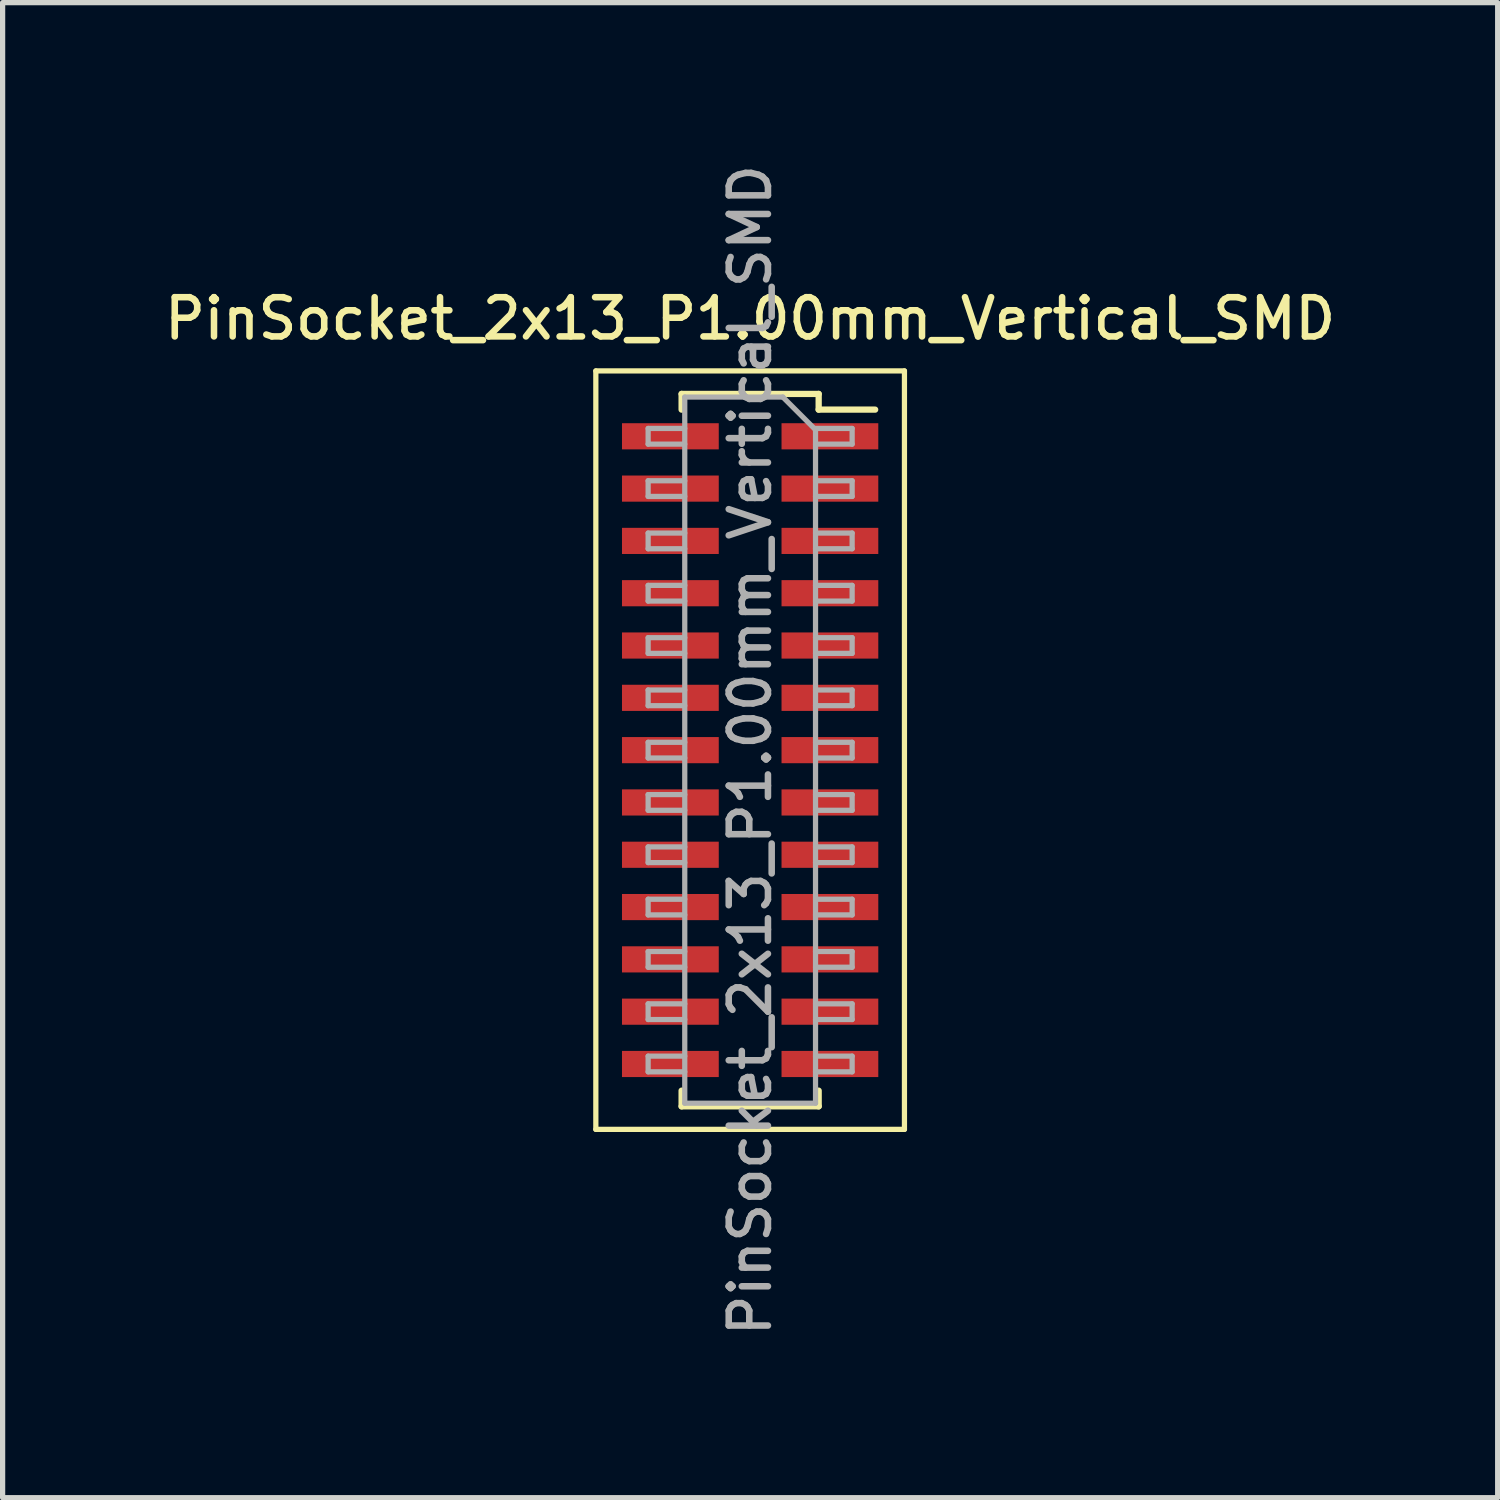
<source format=kicad_pcb>
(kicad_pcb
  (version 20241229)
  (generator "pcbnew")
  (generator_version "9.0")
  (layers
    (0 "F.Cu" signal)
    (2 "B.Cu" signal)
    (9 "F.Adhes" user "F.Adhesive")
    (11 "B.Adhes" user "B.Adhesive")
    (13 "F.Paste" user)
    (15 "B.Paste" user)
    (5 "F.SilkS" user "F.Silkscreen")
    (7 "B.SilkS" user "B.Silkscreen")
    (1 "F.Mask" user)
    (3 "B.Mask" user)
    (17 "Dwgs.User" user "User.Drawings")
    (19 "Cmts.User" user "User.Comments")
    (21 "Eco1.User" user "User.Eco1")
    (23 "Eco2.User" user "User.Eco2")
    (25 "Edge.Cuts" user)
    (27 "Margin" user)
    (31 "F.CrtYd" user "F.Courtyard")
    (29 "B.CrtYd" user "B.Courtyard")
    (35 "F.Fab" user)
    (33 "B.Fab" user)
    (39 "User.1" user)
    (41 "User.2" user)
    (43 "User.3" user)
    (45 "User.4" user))
  (footprint "PinSocket_2x13_P1.00mm_Vertical_SMD"
    (layer "F.Cu")
    (at 11.291 11.291)
    (property "Reference" "PinSocket_2x13_P1.00mm_Vertical_SMD" (at 0 -8.25 0) (layer "F.SilkS") (effects (font (size 0.75 0.75) (thickness 0.125))))
    (attr smd)
    (fp_line (start -2.95 -7.25) (end 2.95 -7.25) (stroke (width 0.1) (type solid)) (layer "F.SilkS"))
    (fp_line (start -2.95 7.25) (end -2.95 -7.25) (stroke (width 0.1) (type solid)) (layer "F.SilkS"))
    (fp_line (start -1.31 -6.81) (end -1.31 -6.51) (stroke (width 0.12) (type solid)) (layer "F.SilkS"))
    (fp_line (start -1.31 -6.81) (end 1.31 -6.81) (stroke (width 0.12) (type solid)) (layer "F.SilkS"))
    (fp_line (start -1.31 6.51) (end -1.31 6.81) (stroke (width 0.12) (type solid)) (layer "F.SilkS"))
    (fp_line (start -1.31 6.81) (end 1.31 6.81) (stroke (width 0.12) (type solid)) (layer "F.SilkS"))
    (fp_line (start 1.31 -6.81) (end 1.31 -6.51) (stroke (width 0.12) (type solid)) (layer "F.SilkS"))
    (fp_line (start 1.31 -6.51) (end 2.39 -6.51) (stroke (width 0.12) (type solid)) (layer "F.SilkS"))
    (fp_line (start 1.31 6.51) (end 1.31 6.81) (stroke (width 0.12) (type solid)) (layer "F.SilkS"))
    (fp_line (start 2.95 -7.25) (end 2.95 7.25) (stroke (width 0.1) (type solid)) (layer "F.SilkS"))
    (fp_line (start 2.95 7.25) (end -2.95 7.25) (stroke (width 0.1) (type solid)) (layer "F.SilkS"))
    (fp_line (start -1.95 -6.15) (end -1.25 -6.15) (stroke (width 0.1) (type solid)) (layer "F.Fab"))
    (fp_line (start -1.95 -5.85) (end -1.95 -6.15) (stroke (width 0.1) (type solid)) (layer "F.Fab"))
    (fp_line (start -1.95 -5.15) (end -1.25 -5.15) (stroke (width 0.1) (type solid)) (layer "F.Fab"))
    (fp_line (start -1.95 -4.85) (end -1.95 -5.15) (stroke (width 0.1) (type solid)) (layer "F.Fab"))
    (fp_line (start -1.95 -4.15) (end -1.25 -4.15) (stroke (width 0.1) (type solid)) (layer "F.Fab"))
    (fp_line (start -1.95 -3.85) (end -1.95 -4.15) (stroke (width 0.1) (type solid)) (layer "F.Fab"))
    (fp_line (start -1.95 -3.15) (end -1.25 -3.15) (stroke (width 0.1) (type solid)) (layer "F.Fab"))
    (fp_line (start -1.95 -2.85) (end -1.95 -3.15) (stroke (width 0.1) (type solid)) (layer "F.Fab"))
    (fp_line (start -1.95 -2.15) (end -1.25 -2.15) (stroke (width 0.1) (type solid)) (layer "F.Fab"))
    (fp_line (start -1.95 -1.85) (end -1.95 -2.15) (stroke (width 0.1) (type solid)) (layer "F.Fab"))
    (fp_line (start -1.95 -1.15) (end -1.25 -1.15) (stroke (width 0.1) (type solid)) (layer "F.Fab"))
    (fp_line (start -1.95 -0.85) (end -1.95 -1.15) (stroke (width 0.1) (type solid)) (layer "F.Fab"))
    (fp_line (start -1.95 -0.15) (end -1.25 -0.15) (stroke (width 0.1) (type solid)) (layer "F.Fab"))
    (fp_line (start -1.95 0.15) (end -1.95 -0.15) (stroke (width 0.1) (type solid)) (layer "F.Fab"))
    (fp_line (start -1.95 0.85) (end -1.25 0.85) (stroke (width 0.1) (type solid)) (layer "F.Fab"))
    (fp_line (start -1.95 1.15) (end -1.95 0.85) (stroke (width 0.1) (type solid)) (layer "F.Fab"))
    (fp_line (start -1.95 1.85) (end -1.25 1.85) (stroke (width 0.1) (type solid)) (layer "F.Fab"))
    (fp_line (start -1.95 2.15) (end -1.95 1.85) (stroke (width 0.1) (type solid)) (layer "F.Fab"))
    (fp_line (start -1.95 2.85) (end -1.25 2.85) (stroke (width 0.1) (type solid)) (layer "F.Fab"))
    (fp_line (start -1.95 3.15) (end -1.95 2.85) (stroke (width 0.1) (type solid)) (layer "F.Fab"))
    (fp_line (start -1.95 3.85) (end -1.25 3.85) (stroke (width 0.1) (type solid)) (layer "F.Fab"))
    (fp_line (start -1.95 4.15) (end -1.95 3.85) (stroke (width 0.1) (type solid)) (layer "F.Fab"))
    (fp_line (start -1.95 4.85) (end -1.25 4.85) (stroke (width 0.1) (type solid)) (layer "F.Fab"))
    (fp_line (start -1.95 5.15) (end -1.95 4.85) (stroke (width 0.1) (type solid)) (layer "F.Fab"))
    (fp_line (start -1.95 5.85) (end -1.25 5.85) (stroke (width 0.1) (type solid)) (layer "F.Fab"))
    (fp_line (start -1.95 6.15) (end -1.95 5.85) (stroke (width 0.1) (type solid)) (layer "F.Fab"))
    (fp_line (start -1.25 -6.75) (end 0.625 -6.75) (stroke (width 0.1) (type solid)) (layer "F.Fab"))
    (fp_line (start -1.25 -5.85) (end -1.95 -5.85) (stroke (width 0.1) (type solid)) (layer "F.Fab"))
    (fp_line (start -1.25 -4.85) (end -1.95 -4.85) (stroke (width 0.1) (type solid)) (layer "F.Fab"))
    (fp_line (start -1.25 -3.85) (end -1.95 -3.85) (stroke (width 0.1) (type solid)) (layer "F.Fab"))
    (fp_line (start -1.25 -2.85) (end -1.95 -2.85) (stroke (width 0.1) (type solid)) (layer "F.Fab"))
    (fp_line (start -1.25 -1.85) (end -1.95 -1.85) (stroke (width 0.1) (type solid)) (layer "F.Fab"))
    (fp_line (start -1.25 -0.85) (end -1.95 -0.85) (stroke (width 0.1) (type solid)) (layer "F.Fab"))
    (fp_line (start -1.25 0.15) (end -1.95 0.15) (stroke (width 0.1) (type solid)) (layer "F.Fab"))
    (fp_line (start -1.25 1.15) (end -1.95 1.15) (stroke (width 0.1) (type solid)) (layer "F.Fab"))
    (fp_line (start -1.25 2.15) (end -1.95 2.15) (stroke (width 0.1) (type solid)) (layer "F.Fab"))
    (fp_line (start -1.25 3.15) (end -1.95 3.15) (stroke (width 0.1) (type solid)) (layer "F.Fab"))
    (fp_line (start -1.25 4.15) (end -1.95 4.15) (stroke (width 0.1) (type solid)) (layer "F.Fab"))
    (fp_line (start -1.25 5.15) (end -1.95 5.15) (stroke (width 0.1) (type solid)) (layer "F.Fab"))
    (fp_line (start -1.25 6.15) (end -1.95 6.15) (stroke (width 0.1) (type solid)) (layer "F.Fab"))
    (fp_line (start -1.25 6.75) (end -1.25 -6.75) (stroke (width 0.1) (type solid)) (layer "F.Fab"))
    (fp_line (start 0.625 -6.75) (end 1.25 -6.125) (stroke (width 0.1) (type solid)) (layer "F.Fab"))
    (fp_line (start 1.25 -6.15) (end 1.95 -6.15) (stroke (width 0.1) (type solid)) (layer "F.Fab"))
    (fp_line (start 1.25 -6.125) (end 1.25 6.75) (stroke (width 0.1) (type solid)) (layer "F.Fab"))
    (fp_line (start 1.25 -5.15) (end 1.95 -5.15) (stroke (width 0.1) (type solid)) (layer "F.Fab"))
    (fp_line (start 1.25 -4.15) (end 1.95 -4.15) (stroke (width 0.1) (type solid)) (layer "F.Fab"))
    (fp_line (start 1.25 -3.15) (end 1.95 -3.15) (stroke (width 0.1) (type solid)) (layer "F.Fab"))
    (fp_line (start 1.25 -2.15) (end 1.95 -2.15) (stroke (width 0.1) (type solid)) (layer "F.Fab"))
    (fp_line (start 1.25 -1.15) (end 1.95 -1.15) (stroke (width 0.1) (type solid)) (layer "F.Fab"))
    (fp_line (start 1.25 -0.15) (end 1.95 -0.15) (stroke (width 0.1) (type solid)) (layer "F.Fab"))
    (fp_line (start 1.25 0.85) (end 1.95 0.85) (stroke (width 0.1) (type solid)) (layer "F.Fab"))
    (fp_line (start 1.25 1.85) (end 1.95 1.85) (stroke (width 0.1) (type solid)) (layer "F.Fab"))
    (fp_line (start 1.25 2.85) (end 1.95 2.85) (stroke (width 0.1) (type solid)) (layer "F.Fab"))
    (fp_line (start 1.25 3.85) (end 1.95 3.85) (stroke (width 0.1) (type solid)) (layer "F.Fab"))
    (fp_line (start 1.25 4.85) (end 1.95 4.85) (stroke (width 0.1) (type solid)) (layer "F.Fab"))
    (fp_line (start 1.25 5.85) (end 1.95 5.85) (stroke (width 0.1) (type solid)) (layer "F.Fab"))
    (fp_line (start 1.25 6.75) (end -1.25 6.75) (stroke (width 0.1) (type solid)) (layer "F.Fab"))
    (fp_line (start 1.95 -6.15) (end 1.95 -5.85) (stroke (width 0.1) (type solid)) (layer "F.Fab"))
    (fp_line (start 1.95 -5.85) (end 1.25 -5.85) (stroke (width 0.1) (type solid)) (layer "F.Fab"))
    (fp_line (start 1.95 -5.15) (end 1.95 -4.85) (stroke (width 0.1) (type solid)) (layer "F.Fab"))
    (fp_line (start 1.95 -4.85) (end 1.25 -4.85) (stroke (width 0.1) (type solid)) (layer "F.Fab"))
    (fp_line (start 1.95 -4.15) (end 1.95 -3.85) (stroke (width 0.1) (type solid)) (layer "F.Fab"))
    (fp_line (start 1.95 -3.85) (end 1.25 -3.85) (stroke (width 0.1) (type solid)) (layer "F.Fab"))
    (fp_line (start 1.95 -3.15) (end 1.95 -2.85) (stroke (width 0.1) (type solid)) (layer "F.Fab"))
    (fp_line (start 1.95 -2.85) (end 1.25 -2.85) (stroke (width 0.1) (type solid)) (layer "F.Fab"))
    (fp_line (start 1.95 -2.15) (end 1.95 -1.85) (stroke (width 0.1) (type solid)) (layer "F.Fab"))
    (fp_line (start 1.95 -1.85) (end 1.25 -1.85) (stroke (width 0.1) (type solid)) (layer "F.Fab"))
    (fp_line (start 1.95 -1.15) (end 1.95 -0.85) (stroke (width 0.1) (type solid)) (layer "F.Fab"))
    (fp_line (start 1.95 -0.85) (end 1.25 -0.85) (stroke (width 0.1) (type solid)) (layer "F.Fab"))
    (fp_line (start 1.95 -0.15) (end 1.95 0.15) (stroke (width 0.1) (type solid)) (layer "F.Fab"))
    (fp_line (start 1.95 0.15) (end 1.25 0.15) (stroke (width 0.1) (type solid)) (layer "F.Fab"))
    (fp_line (start 1.95 0.85) (end 1.95 1.15) (stroke (width 0.1) (type solid)) (layer "F.Fab"))
    (fp_line (start 1.95 1.15) (end 1.25 1.15) (stroke (width 0.1) (type solid)) (layer "F.Fab"))
    (fp_line (start 1.95 1.85) (end 1.95 2.15) (stroke (width 0.1) (type solid)) (layer "F.Fab"))
    (fp_line (start 1.95 2.15) (end 1.25 2.15) (stroke (width 0.1) (type solid)) (layer "F.Fab"))
    (fp_line (start 1.95 2.85) (end 1.95 3.15) (stroke (width 0.1) (type solid)) (layer "F.Fab"))
    (fp_line (start 1.95 3.15) (end 1.25 3.15) (stroke (width 0.1) (type solid)) (layer "F.Fab"))
    (fp_line (start 1.95 3.85) (end 1.95 4.15) (stroke (width 0.1) (type solid)) (layer "F.Fab"))
    (fp_line (start 1.95 4.15) (end 1.25 4.15) (stroke (width 0.1) (type solid)) (layer "F.Fab"))
    (fp_line (start 1.95 4.85) (end 1.95 5.15) (stroke (width 0.1) (type solid)) (layer "F.Fab"))
    (fp_line (start 1.95 5.15) (end 1.25 5.15) (stroke (width 0.1) (type solid)) (layer "F.Fab"))
    (fp_line (start 1.95 5.85) (end 1.95 6.15) (stroke (width 0.1) (type solid)) (layer "F.Fab"))
    (fp_line (start 1.95 6.15) (end 1.25 6.15) (stroke (width 0.1) (type solid)) (layer "F.Fab"))
    (fp_text user "${REFERENCE}" (at 0 0 90) (layer "F.Fab") (effects (font (size 0.75 0.75) (thickness 0.125))))
    (pad "1" smd rect (at 1.525 -6) (size 1.85 0.5) (layers "F.Cu" "F.Mask" "F.Paste"))
    (pad "2" smd rect (at -1.525 -6) (size 1.85 0.5) (layers "F.Cu" "F.Mask" "F.Paste"))
    (pad "3" smd rect (at 1.525 -5) (size 1.85 0.5) (layers "F.Cu" "F.Mask" "F.Paste"))
    (pad "4" smd rect (at -1.525 -5) (size 1.85 0.5) (layers "F.Cu" "F.Mask" "F.Paste"))
    (pad "5" smd rect (at 1.525 -4) (size 1.85 0.5) (layers "F.Cu" "F.Mask" "F.Paste"))
    (pad "6" smd rect (at -1.525 -4) (size 1.85 0.5) (layers "F.Cu" "F.Mask" "F.Paste"))
    (pad "7" smd rect (at 1.525 -3) (size 1.85 0.5) (layers "F.Cu" "F.Mask" "F.Paste"))
    (pad "8" smd rect (at -1.525 -3) (size 1.85 0.5) (layers "F.Cu" "F.Mask" "F.Paste"))
    (pad "9" smd rect (at 1.525 -2) (size 1.85 0.5) (layers "F.Cu" "F.Mask" "F.Paste"))
    (pad "10" smd rect (at -1.525 -2) (size 1.85 0.5) (layers "F.Cu" "F.Mask" "F.Paste"))
    (pad "11" smd rect (at 1.525 -1) (size 1.85 0.5) (layers "F.Cu" "F.Mask" "F.Paste"))
    (pad "12" smd rect (at -1.525 -1) (size 1.85 0.5) (layers "F.Cu" "F.Mask" "F.Paste"))
    (pad "13" smd rect (at 1.525 0) (size 1.85 0.5) (layers "F.Cu" "F.Mask" "F.Paste"))
    (pad "14" smd rect (at -1.525 0) (size 1.85 0.5) (layers "F.Cu" "F.Mask" "F.Paste"))
    (pad "15" smd rect (at 1.525 1) (size 1.85 0.5) (layers "F.Cu" "F.Mask" "F.Paste"))
    (pad "16" smd rect (at -1.525 1) (size 1.85 0.5) (layers "F.Cu" "F.Mask" "F.Paste"))
    (pad "17" smd rect (at 1.525 2) (size 1.85 0.5) (layers "F.Cu" "F.Mask" "F.Paste"))
    (pad "18" smd rect (at -1.525 2) (size 1.85 0.5) (layers "F.Cu" "F.Mask" "F.Paste"))
    (pad "19" smd rect (at 1.525 3) (size 1.85 0.5) (layers "F.Cu" "F.Mask" "F.Paste"))
    (pad "20" smd rect (at -1.525 3) (size 1.85 0.5) (layers "F.Cu" "F.Mask" "F.Paste"))
    (pad "21" smd rect (at 1.525 4) (size 1.85 0.5) (layers "F.Cu" "F.Mask" "F.Paste"))
    (pad "22" smd rect (at -1.525 4) (size 1.85 0.5) (layers "F.Cu" "F.Mask" "F.Paste"))
    (pad "23" smd rect (at 1.525 5) (size 1.85 0.5) (layers "F.Cu" "F.Mask" "F.Paste"))
    (pad "24" smd rect (at -1.525 5) (size 1.85 0.5) (layers "F.Cu" "F.Mask" "F.Paste"))
    (pad "25" smd rect (at 1.525 6) (size 1.85 0.5) (layers "F.Cu" "F.Mask" "F.Paste"))
    (pad "26" smd rect (at -1.525 6) (size 1.85 0.5) (layers "F.Cu" "F.Mask" "F.Paste")))
  (gr_rect
    (start -3 -3)
    (end 25.582 25.582)
    (stroke (width 0.1) (type default))
    (fill no)
    (layer "Edge.Cuts")))
</source>
